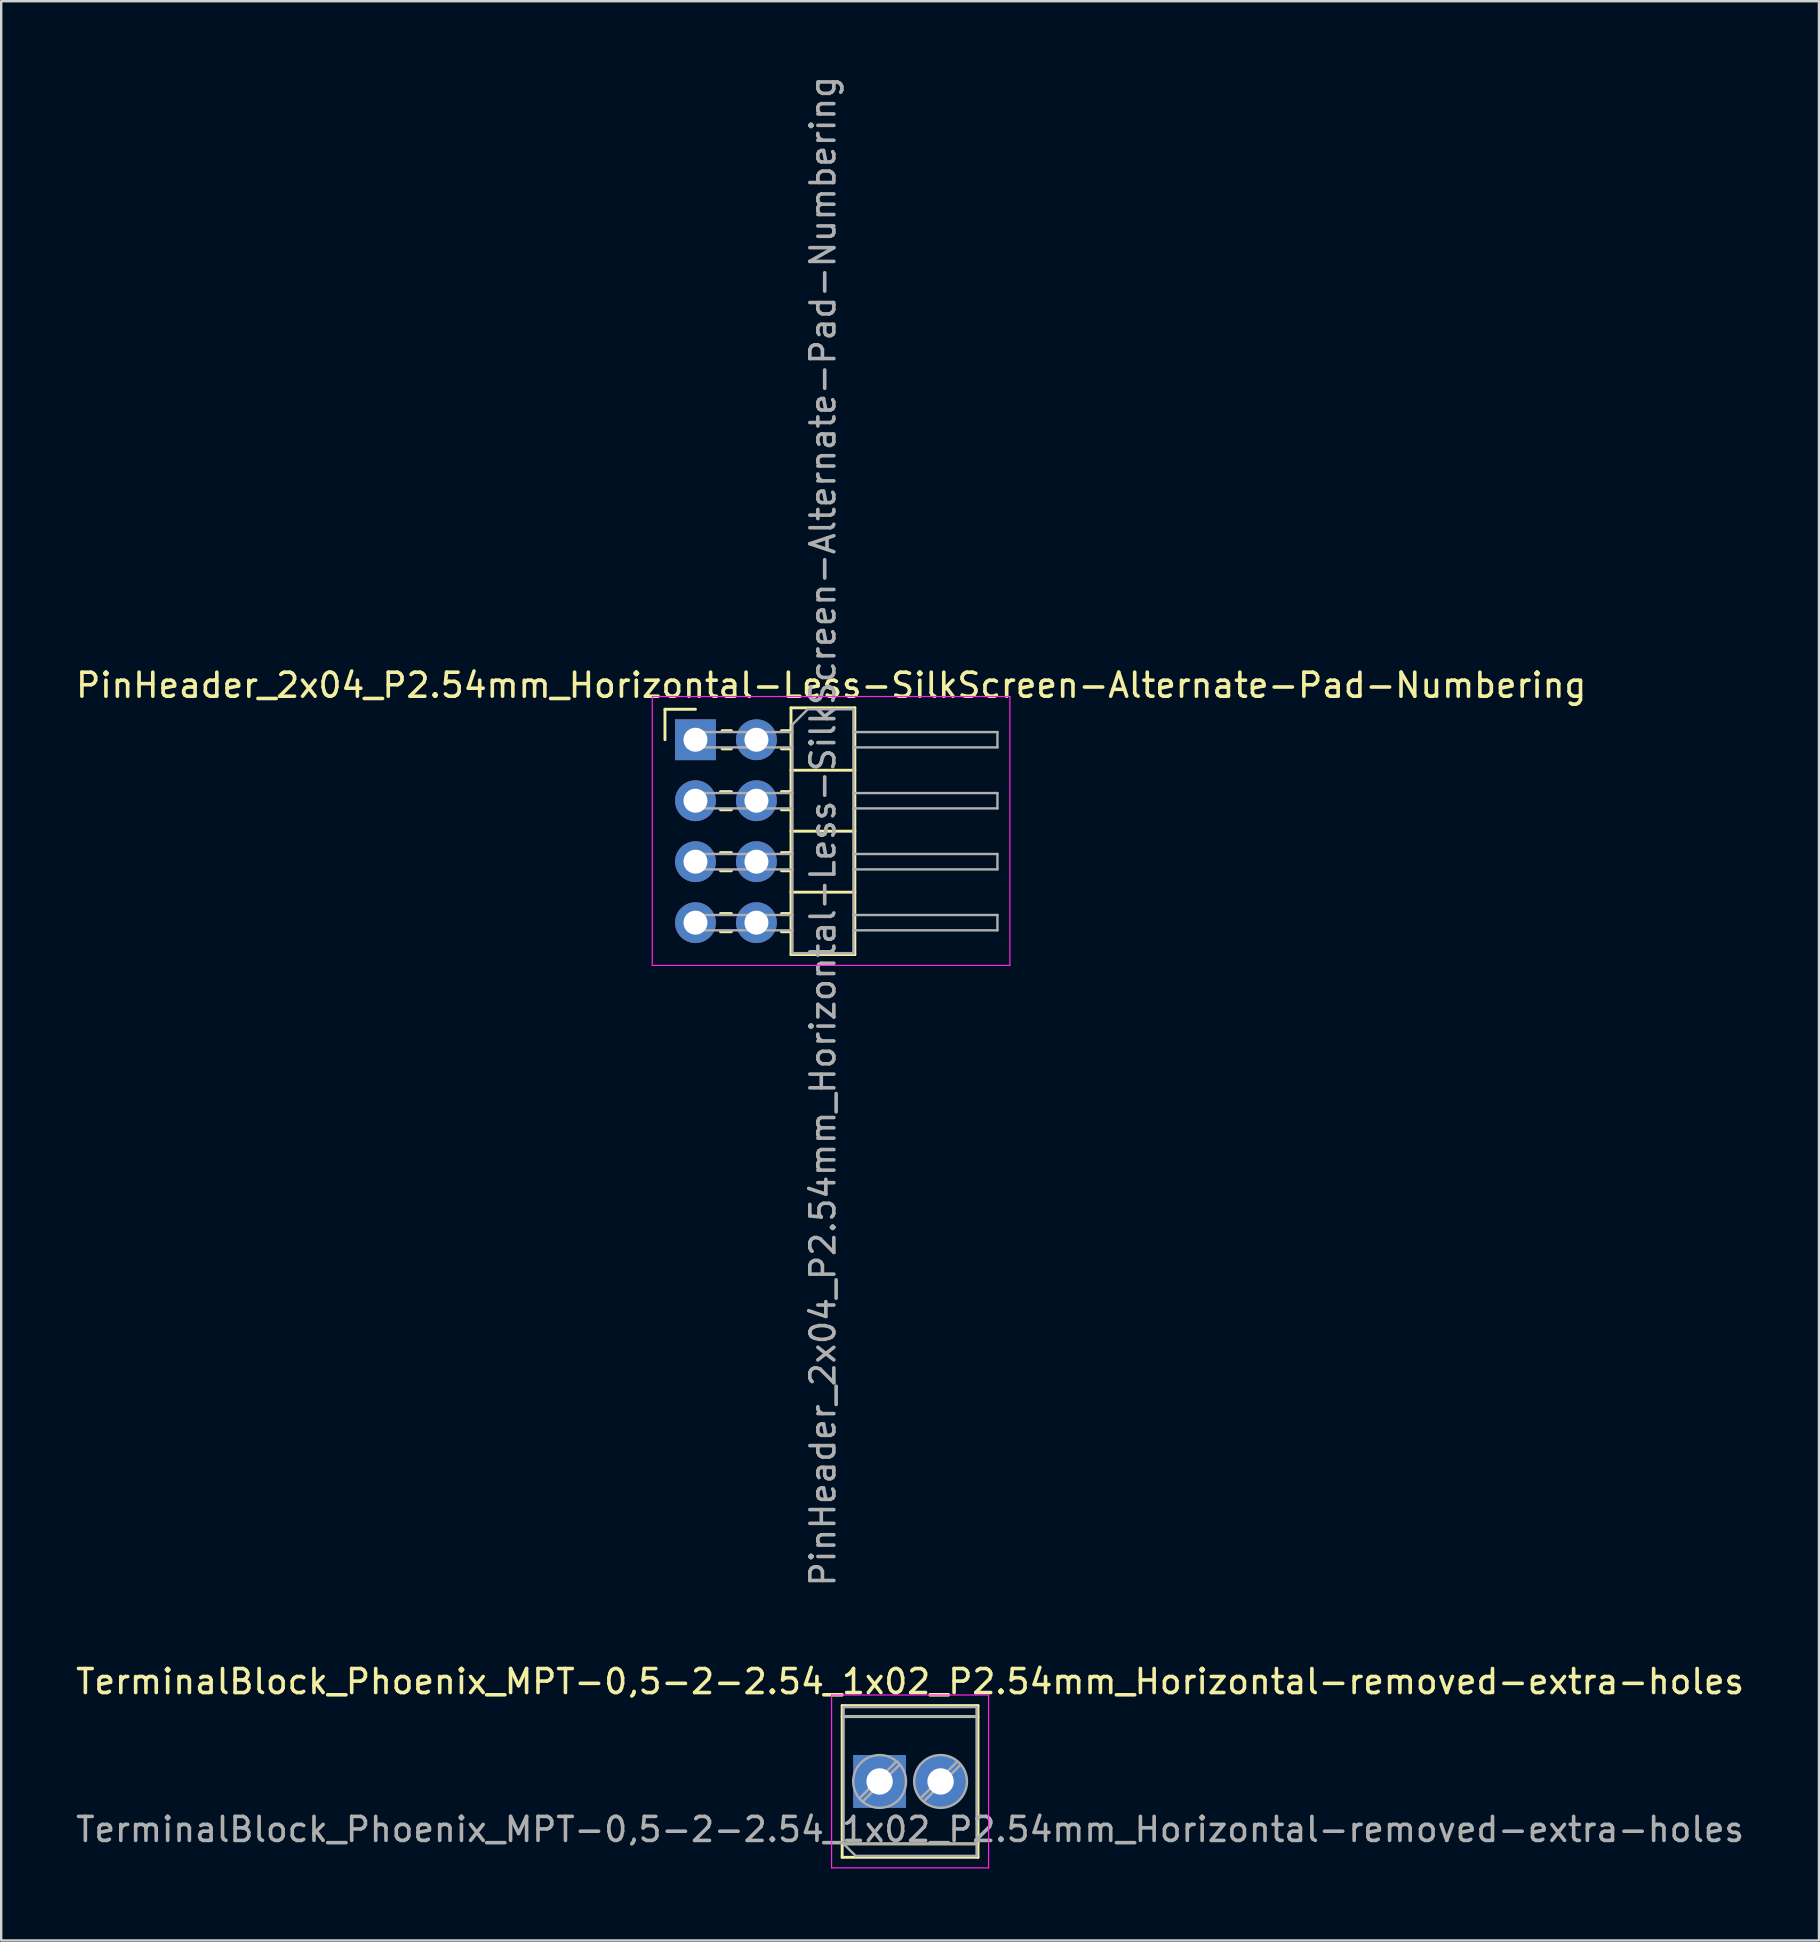
<source format=kicad_pcb>
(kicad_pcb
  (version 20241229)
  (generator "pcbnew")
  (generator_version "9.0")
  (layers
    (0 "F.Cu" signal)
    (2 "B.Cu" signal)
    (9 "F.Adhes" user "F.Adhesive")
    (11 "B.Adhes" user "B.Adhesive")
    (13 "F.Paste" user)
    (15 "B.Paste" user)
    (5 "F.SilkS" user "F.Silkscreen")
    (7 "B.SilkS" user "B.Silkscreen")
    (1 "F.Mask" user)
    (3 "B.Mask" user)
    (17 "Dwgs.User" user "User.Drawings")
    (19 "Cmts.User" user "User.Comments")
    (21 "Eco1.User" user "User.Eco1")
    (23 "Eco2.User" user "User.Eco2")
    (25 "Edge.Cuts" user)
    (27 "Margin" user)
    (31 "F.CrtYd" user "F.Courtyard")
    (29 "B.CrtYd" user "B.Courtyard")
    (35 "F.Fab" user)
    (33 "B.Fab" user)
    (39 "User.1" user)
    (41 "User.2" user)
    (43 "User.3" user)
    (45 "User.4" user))
  (footprint "PinHeader_2x04_P2.54mm_Horizontal-Less-SilkScreen-Alternate-Pad-Numbering"
    (layer "F.Cu")
    (at 25.922 27.767)
    (property "Reference" "PinHeader_2x04_P2.54mm_Horizontal-Less-SilkScreen-Alternate-Pad-Numbering" (at 5.655 -2.27 0) (layer "F.SilkS") (effects (font (size 1 1) (thickness 0.15))))
    (attr through_hole)
    (fp_line (start -1.27 -1.27) (end 0 -1.27) (stroke (width 0.12) (type solid)) (layer "F.SilkS"))
    (fp_line (start -1.27 0) (end -1.27 -1.27) (stroke (width 0.12) (type solid)) (layer "F.SilkS"))
    (fp_line (start 1.043 2.16) (end 1.497 2.16) (stroke (width 0.12) (type solid)) (layer "F.SilkS"))
    (fp_line (start 1.043 2.92) (end 1.497 2.92) (stroke (width 0.12) (type solid)) (layer "F.SilkS"))
    (fp_line (start 1.043 4.7) (end 1.497 4.7) (stroke (width 0.12) (type solid)) (layer "F.SilkS"))
    (fp_line (start 1.043 5.46) (end 1.497 5.46) (stroke (width 0.12) (type solid)) (layer "F.SilkS"))
    (fp_line (start 1.043 7.24) (end 1.497 7.24) (stroke (width 0.12) (type solid)) (layer "F.SilkS"))
    (fp_line (start 1.043 8) (end 1.497 8) (stroke (width 0.12) (type solid)) (layer "F.SilkS"))
    (fp_line (start 1.11 -0.38) (end 1.497 -0.38) (stroke (width 0.12) (type solid)) (layer "F.SilkS"))
    (fp_line (start 1.11 0.38) (end 1.497 0.38) (stroke (width 0.12) (type solid)) (layer "F.SilkS"))
    (fp_line (start 3.583 -0.38) (end 3.98 -0.38) (stroke (width 0.12) (type solid)) (layer "F.SilkS"))
    (fp_line (start 3.583 0.38) (end 3.98 0.38) (stroke (width 0.12) (type solid)) (layer "F.SilkS"))
    (fp_line (start 3.583 2.16) (end 3.98 2.16) (stroke (width 0.12) (type solid)) (layer "F.SilkS"))
    (fp_line (start 3.583 2.92) (end 3.98 2.92) (stroke (width 0.12) (type solid)) (layer "F.SilkS"))
    (fp_line (start 3.583 4.7) (end 3.98 4.7) (stroke (width 0.12) (type solid)) (layer "F.SilkS"))
    (fp_line (start 3.583 5.46) (end 3.98 5.46) (stroke (width 0.12) (type solid)) (layer "F.SilkS"))
    (fp_line (start 3.583 7.24) (end 3.98 7.24) (stroke (width 0.12) (type solid)) (layer "F.SilkS"))
    (fp_line (start 3.583 8) (end 3.98 8) (stroke (width 0.12) (type solid)) (layer "F.SilkS"))
    (fp_line (start 3.98 -1.33) (end 3.98 8.95) (stroke (width 0.12) (type solid)) (layer "F.SilkS"))
    (fp_line (start 3.98 1.27) (end 6.64 1.27) (stroke (width 0.12) (type solid)) (layer "F.SilkS"))
    (fp_line (start 3.98 3.81) (end 6.64 3.81) (stroke (width 0.12) (type solid)) (layer "F.SilkS"))
    (fp_line (start 3.98 6.35) (end 6.64 6.35) (stroke (width 0.12) (type solid)) (layer "F.SilkS"))
    (fp_line (start 3.98 8.95) (end 6.64 8.95) (stroke (width 0.12) (type solid)) (layer "F.SilkS"))
    (fp_line (start 6.64 -1.33) (end 3.98 -1.33) (stroke (width 0.12) (type solid)) (layer "F.SilkS"))
    (fp_line (start 6.64 8.95) (end 6.64 -1.33) (stroke (width 0.12) (type solid)) (layer "F.SilkS"))
    (fp_line (start -1.8 -1.8) (end -1.8 9.4) (stroke (width 0.05) (type solid)) (layer "F.CrtYd"))
    (fp_line (start -1.8 9.4) (end 13.1 9.4) (stroke (width 0.05) (type solid)) (layer "F.CrtYd"))
    (fp_line (start 13.1 -1.8) (end -1.8 -1.8) (stroke (width 0.05) (type solid)) (layer "F.CrtYd"))
    (fp_line (start 13.1 9.4) (end 13.1 -1.8) (stroke (width 0.05) (type solid)) (layer "F.CrtYd"))
    (fp_line (start -0.32 -0.32) (end -0.32 0.32) (stroke (width 0.1) (type solid)) (layer "F.Fab"))
    (fp_line (start -0.32 -0.32) (end 4.04 -0.32) (stroke (width 0.1) (type solid)) (layer "F.Fab"))
    (fp_line (start -0.32 0.32) (end 4.04 0.32) (stroke (width 0.1) (type solid)) (layer "F.Fab"))
    (fp_line (start -0.32 2.22) (end -0.32 2.86) (stroke (width 0.1) (type solid)) (layer "F.Fab"))
    (fp_line (start -0.32 2.22) (end 4.04 2.22) (stroke (width 0.1) (type solid)) (layer "F.Fab"))
    (fp_line (start -0.32 2.86) (end 4.04 2.86) (stroke (width 0.1) (type solid)) (layer "F.Fab"))
    (fp_line (start -0.32 4.76) (end -0.32 5.4) (stroke (width 0.1) (type solid)) (layer "F.Fab"))
    (fp_line (start -0.32 4.76) (end 4.04 4.76) (stroke (width 0.1) (type solid)) (layer "F.Fab"))
    (fp_line (start -0.32 5.4) (end 4.04 5.4) (stroke (width 0.1) (type solid)) (layer "F.Fab"))
    (fp_line (start -0.32 7.3) (end -0.32 7.94) (stroke (width 0.1) (type solid)) (layer "F.Fab"))
    (fp_line (start -0.32 7.3) (end 4.04 7.3) (stroke (width 0.1) (type solid)) (layer "F.Fab"))
    (fp_line (start -0.32 7.94) (end 4.04 7.94) (stroke (width 0.1) (type solid)) (layer "F.Fab"))
    (fp_line (start 4.04 -0.635) (end 4.675 -1.27) (stroke (width 0.1) (type solid)) (layer "F.Fab"))
    (fp_line (start 4.04 8.89) (end 4.04 -0.635) (stroke (width 0.1) (type solid)) (layer "F.Fab"))
    (fp_line (start 4.675 -1.27) (end 6.58 -1.27) (stroke (width 0.1) (type solid)) (layer "F.Fab"))
    (fp_line (start 6.58 -1.27) (end 6.58 8.89) (stroke (width 0.1) (type solid)) (layer "F.Fab"))
    (fp_line (start 6.58 -0.32) (end 12.58 -0.32) (stroke (width 0.1) (type solid)) (layer "F.Fab"))
    (fp_line (start 6.58 0.32) (end 12.58 0.32) (stroke (width 0.1) (type solid)) (layer "F.Fab"))
    (fp_line (start 6.58 2.22) (end 12.58 2.22) (stroke (width 0.1) (type solid)) (layer "F.Fab"))
    (fp_line (start 6.58 2.86) (end 12.58 2.86) (stroke (width 0.1) (type solid)) (layer "F.Fab"))
    (fp_line (start 6.58 4.76) (end 12.58 4.76) (stroke (width 0.1) (type solid)) (layer "F.Fab"))
    (fp_line (start 6.58 5.4) (end 12.58 5.4) (stroke (width 0.1) (type solid)) (layer "F.Fab"))
    (fp_line (start 6.58 7.3) (end 12.58 7.3) (stroke (width 0.1) (type solid)) (layer "F.Fab"))
    (fp_line (start 6.58 7.94) (end 12.58 7.94) (stroke (width 0.1) (type solid)) (layer "F.Fab"))
    (fp_line (start 6.58 8.89) (end 4.04 8.89) (stroke (width 0.1) (type solid)) (layer "F.Fab"))
    (fp_line (start 12.58 -0.32) (end 12.58 0.32) (stroke (width 0.1) (type solid)) (layer "F.Fab"))
    (fp_line (start 12.58 2.22) (end 12.58 2.86) (stroke (width 0.1) (type solid)) (layer "F.Fab"))
    (fp_line (start 12.58 4.76) (end 12.58 5.4) (stroke (width 0.1) (type solid)) (layer "F.Fab"))
    (fp_line (start 12.58 7.3) (end 12.58 7.94) (stroke (width 0.1) (type solid)) (layer "F.Fab"))
    (fp_text user "${REFERENCE}" (at 5.31 3.81 90) (layer "F.Fab") (effects (font (size 1 1) (thickness 0.15))))
    (pad "1" thru_hole oval (at 2.54 0) (size 1.7 1.7) (drill 1) (layers "*.Cu" "*.Mask"))
    (pad "2" thru_hole oval (at 2.54 2.54) (size 1.7 1.7) (drill 1) (layers "*.Cu" "*.Mask"))
    (pad "3" thru_hole oval (at 2.54 5.08) (size 1.7 1.7) (drill 1) (layers "*.Cu" "*.Mask"))
    (pad "4" thru_hole oval (at 2.54 7.62) (size 1.7 1.7) (drill 1) (layers "*.Cu" "*.Mask"))
    (pad "5" thru_hole rect (at 0 0) (size 1.7 1.7) (drill 1) (layers "*.Cu" "*.Mask"))
    (pad "6" thru_hole oval (at 0 2.54) (size 1.7 1.7) (drill 1) (layers "*.Cu" "*.Mask"))
    (pad "7" thru_hole oval (at 0 5.08) (size 1.7 1.7) (drill 1) (layers "*.Cu" "*.Mask"))
    (pad "8" thru_hole oval (at 0 7.62) (size 1.7 1.7) (drill 1) (layers "*.Cu" "*.Mask")))
  (footprint "TerminalBlock_Phoenix_MPT-0,5-2-2.54_1x02_P2.54mm_Horizontal-removed-extra-holes"
    (layer "F.Cu")
    (at 33.593 71.163)
    (property "Reference" "TerminalBlock_Phoenix_MPT-0,5-2-2.54_1x02_P2.54mm_Horizontal-removed-extra-holes" (at 1.27 -4.16 0) (layer "F.SilkS") (effects (font (size 1 1) (thickness 0.15))))
    (attr through_hole)
    (fp_line (start -1.56 -3.16) (end -1.56 3.16) (stroke (width 0.12) (type solid)) (layer "F.SilkS"))
    (fp_line (start -1.56 -3.16) (end 4.1 -3.16) (stroke (width 0.12) (type solid)) (layer "F.SilkS"))
    (fp_line (start -1.56 -2.7) (end 4.1 -2.7) (stroke (width 0.12) (type solid)) (layer "F.SilkS"))
    (fp_line (start -1.56 2.6) (end 4.1 2.6) (stroke (width 0.12) (type solid)) (layer "F.SilkS"))
    (fp_line (start -1.56 3.16) (end 4.1 3.16) (stroke (width 0.12) (type solid)) (layer "F.SilkS"))
    (fp_line (start 4.1 -3.16) (end 4.1 3.16) (stroke (width 0.12) (type solid)) (layer "F.SilkS"))
    (fp_line (start -2 -3.6) (end -2 3.6) (stroke (width 0.05) (type solid)) (layer "F.CrtYd"))
    (fp_line (start -2 3.6) (end 4.54 3.6) (stroke (width 0.05) (type solid)) (layer "F.CrtYd"))
    (fp_line (start 4.54 -3.6) (end -2 -3.6) (stroke (width 0.05) (type solid)) (layer "F.CrtYd"))
    (fp_line (start 4.54 3.6) (end 4.54 -3.6) (stroke (width 0.05) (type solid)) (layer "F.CrtYd"))
    (fp_line (start -1.5 -3.1) (end 4.04 -3.1) (stroke (width 0.1) (type solid)) (layer "F.Fab"))
    (fp_line (start -1.5 -2.7) (end 4.04 -2.7) (stroke (width 0.1) (type solid)) (layer "F.Fab"))
    (fp_line (start -1.5 2.6) (end -1.5 -3.1) (stroke (width 0.1) (type solid)) (layer "F.Fab"))
    (fp_line (start -1.5 2.6) (end 4.04 2.6) (stroke (width 0.1) (type solid)) (layer "F.Fab"))
    (fp_line (start -1 3.1) (end -1.5 2.6) (stroke (width 0.1) (type solid)) (layer "F.Fab"))
    (fp_line (start 0.701 -0.835) (end -0.835 0.7) (stroke (width 0.1) (type solid)) (layer "F.Fab"))
    (fp_line (start 0.835 -0.7) (end -0.701 0.835) (stroke (width 0.1) (type solid)) (layer "F.Fab"))
    (fp_line (start 3.241 -0.835) (end 1.706 0.7) (stroke (width 0.1) (type solid)) (layer "F.Fab"))
    (fp_line (start 3.375 -0.7) (end 1.84 0.835) (stroke (width 0.1) (type solid)) (layer "F.Fab"))
    (fp_line (start 4.04 -3.1) (end 4.04 3.1) (stroke (width 0.1) (type solid)) (layer "F.Fab"))
    (fp_line (start 4.04 3.1) (end -1 3.1) (stroke (width 0.1) (type solid)) (layer "F.Fab"))
    (fp_circle (center 0 0) (end 1.1 0) (stroke (width 0.1) (type solid)) (fill no) (layer "F.Fab"))
    (fp_circle (center 2.54 0) (end 3.64 0) (stroke (width 0.1) (type solid)) (fill no) (layer "F.Fab"))
    (fp_text user "${REFERENCE}" (at 1.27 2 0) (layer "F.Fab") (effects (font (size 1 1) (thickness 0.15))))
    (pad "1" thru_hole rect (at 0 0) (size 2.2 2.2) (drill 1.1) (layers "*.Cu" "*.Mask"))
    (pad "2" thru_hole circle (at 2.54 0) (size 2.2 2.2) (drill 1.1) (layers "*.Cu" "*.Mask")))
  (gr_rect
    (start -3 -3)
    (end 72.726 77.788)
    (stroke (width 0.1) (type default))
    (fill no)
    (layer "Edge.Cuts")))
</source>
